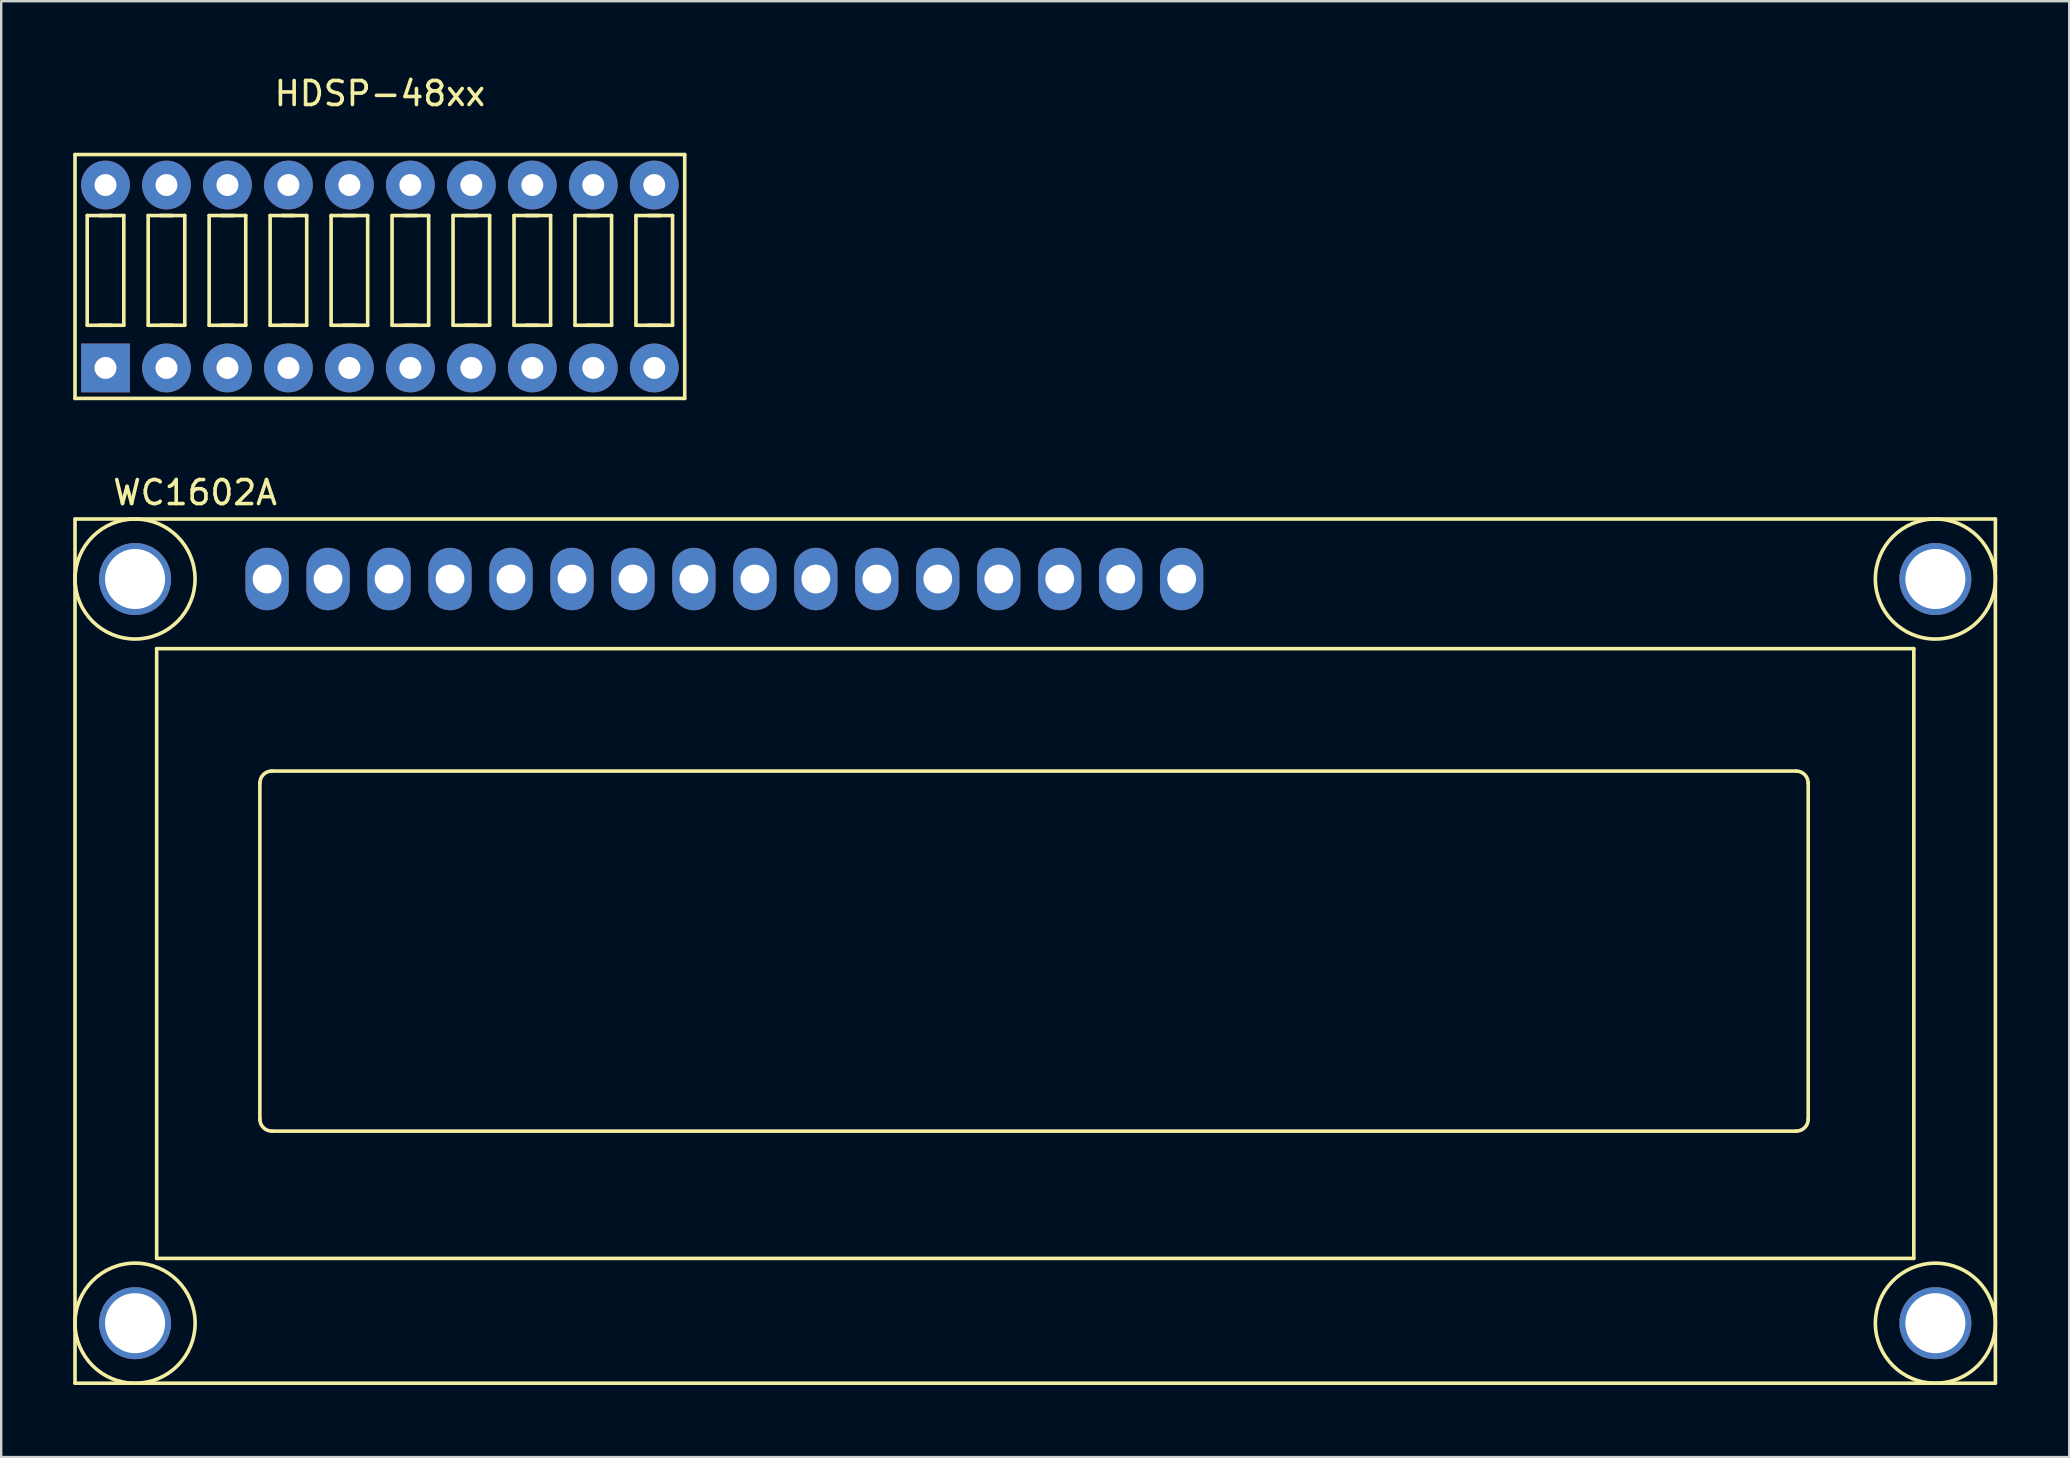
<source format=kicad_pcb>
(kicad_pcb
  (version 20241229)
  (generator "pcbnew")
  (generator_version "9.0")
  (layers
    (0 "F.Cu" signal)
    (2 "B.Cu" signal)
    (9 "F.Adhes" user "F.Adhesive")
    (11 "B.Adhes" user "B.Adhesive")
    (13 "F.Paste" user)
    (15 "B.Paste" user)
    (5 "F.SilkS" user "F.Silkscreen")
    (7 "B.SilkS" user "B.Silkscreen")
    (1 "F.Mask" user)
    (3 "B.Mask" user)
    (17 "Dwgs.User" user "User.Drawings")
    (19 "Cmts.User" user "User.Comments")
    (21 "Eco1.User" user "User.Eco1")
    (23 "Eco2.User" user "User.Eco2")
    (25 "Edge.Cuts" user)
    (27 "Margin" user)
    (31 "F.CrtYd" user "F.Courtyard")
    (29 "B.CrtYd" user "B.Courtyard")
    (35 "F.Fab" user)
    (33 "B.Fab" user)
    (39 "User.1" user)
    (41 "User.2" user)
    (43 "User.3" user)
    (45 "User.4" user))
  (footprint "WC1602A"
    (layer "F.Cu")
    (at 8.076 21.071)
    (property "Reference" "WC1602A" (at -3 -3.599 0) (layer "F.SilkS") (effects (font (size 1 1) (thickness 0.15))))
    (attr through_hole)
    (fp_line (start -8.001 -2.499) (end 71.999 -2.499) (stroke (width 0.15) (type solid)) (layer "F.SilkS"))
    (fp_line (start -8.001 33.5) (end -8.001 -2.499) (stroke (width 0.15) (type solid)) (layer "F.SilkS"))
    (fp_line (start -4.6 2.901) (end 68.6 2.901) (stroke (width 0.15) (type solid)) (layer "F.SilkS"))
    (fp_line (start -4.6 28.301) (end -4.6 2.901) (stroke (width 0.15) (type solid)) (layer "F.SilkS"))
    (fp_line (start -0.3 22.499) (end -0.3 8.499) (stroke (width 0.15) (type solid)) (layer "F.SilkS"))
    (fp_line (start 0.201 8.001) (end 63.701 8.001) (stroke (width 0.15) (type solid)) (layer "F.SilkS"))
    (fp_line (start 63.701 23) (end 0.201 23) (stroke (width 0.15) (type solid)) (layer "F.SilkS"))
    (fp_line (start 64.201 8.499) (end 64.201 22.499) (stroke (width 0.15) (type solid)) (layer "F.SilkS"))
    (fp_line (start 68.6 2.901) (end 68.6 28.301) (stroke (width 0.15) (type solid)) (layer "F.SilkS"))
    (fp_line (start 68.6 28.301) (end -4.6 28.301) (stroke (width 0.15) (type solid)) (layer "F.SilkS"))
    (fp_line (start 71.999 -2.499) (end 71.999 33.5) (stroke (width 0.15) (type solid)) (layer "F.SilkS"))
    (fp_line (start 71.999 33.5) (end -8.001 33.5) (stroke (width 0.15) (type solid)) (layer "F.SilkS"))
    (fp_arc (start -0.29972 8.49884) (mid -0.153162 8.145018) (end 0.20066 7.99846) (stroke (width 0.15) (type solid)) (layer "F.SilkS"))
    (fp_arc (start 0.20066 22.9997) (mid -0.153162 22.853142) (end -0.29972 22.49932) (stroke (width 0.15) (type solid)) (layer "F.SilkS"))
    (fp_arc (start 63.70066 8.001) (mid 64.052686 8.146814) (end 64.1985 8.49884) (stroke (width 0.15) (type solid)) (layer "F.SilkS"))
    (fp_arc (start 64.20104 22.49932) (mid 64.054482 22.853142) (end 63.70066 22.9997) (stroke (width 0.15) (type solid)) (layer "F.SilkS"))
    (fp_circle (center -5.499 0) (end -3 0) (stroke (width 0.15) (type solid)) (fill no) (layer "F.SilkS"))
    (fp_circle (center -5.499 31.001) (end -8.001 31.001) (stroke (width 0.15) (type solid)) (fill no) (layer "F.SilkS"))
    (fp_circle (center 69.499 0) (end 71.999 0) (stroke (width 0.15) (type solid)) (fill no) (layer "F.SilkS"))
    (fp_circle (center 69.499 31.001) (end 71.999 31.001) (stroke (width 0.15) (type solid)) (fill no) (layer "F.SilkS"))
    (pad "0" thru_hole circle (at -5.499 0) (size 3 3) (drill 2.5) (layers "*.Cu" "*.Mask"))
    (pad "0" thru_hole circle (at -5.499 31.001) (size 3 3) (drill 2.5) (layers "*.Cu" "*.Mask"))
    (pad "0" thru_hole circle (at 69.499 0) (size 3 3) (drill 2.5) (layers "*.Cu" "*.Mask"))
    (pad "0" thru_hole circle (at 69.499 31.001) (size 3 3) (drill 2.5) (layers "*.Cu" "*.Mask"))
    (pad "1" thru_hole oval (at 0 0) (size 1.8 2.6) (drill 1.2) (layers "*.Cu" "*.Mask"))
    (pad "2" thru_hole oval (at 2.54 0) (size 1.8 2.6) (drill 1.2) (layers "*.Cu" "*.Mask"))
    (pad "3" thru_hole oval (at 5.08 0) (size 1.8 2.6) (drill 1.2) (layers "*.Cu" "*.Mask"))
    (pad "4" thru_hole oval (at 7.62 0) (size 1.8 2.6) (drill 1.2) (layers "*.Cu" "*.Mask"))
    (pad "5" thru_hole oval (at 10.16 0) (size 1.8 2.6) (drill 1.2) (layers "*.Cu" "*.Mask"))
    (pad "6" thru_hole oval (at 12.7 0) (size 1.8 2.6) (drill 1.2) (layers "*.Cu" "*.Mask"))
    (pad "7" thru_hole oval (at 15.24 0) (size 1.8 2.6) (drill 1.2) (layers "*.Cu" "*.Mask"))
    (pad "8" thru_hole oval (at 17.78 0) (size 1.8 2.6) (drill 1.2) (layers "*.Cu" "*.Mask"))
    (pad "9" thru_hole oval (at 20.32 0) (size 1.8 2.6) (drill 1.2) (layers "*.Cu" "*.Mask"))
    (pad "10" thru_hole oval (at 22.86 0) (size 1.8 2.6) (drill 1.2) (layers "*.Cu" "*.Mask"))
    (pad "11" thru_hole oval (at 25.4 0) (size 1.8 2.6) (drill 1.2) (layers "*.Cu" "*.Mask"))
    (pad "12" thru_hole oval (at 27.94 0) (size 1.8 2.6) (drill 1.2) (layers "*.Cu" "*.Mask"))
    (pad "13" thru_hole oval (at 30.48 0) (size 1.8 2.6) (drill 1.2) (layers "*.Cu" "*.Mask"))
    (pad "14" thru_hole oval (at 33.02 0) (size 1.8 2.6) (drill 1.2) (layers "*.Cu" "*.Mask"))
    (pad "15" thru_hole oval (at 35.56 0) (size 1.8 2.6) (drill 1.2) (layers "*.Cu" "*.Mask"))
    (pad "16" thru_hole oval (at 38.1 0) (size 1.8 2.6) (drill 1.2) (layers "*.Cu" "*.Mask")))
  (footprint "HDSP-48xx"
    (layer "F.Cu")
    (at 12.775 8.468)
    (property "Reference" "HDSP-48xx" (at 0 -7.62 0) (layer "F.SilkS") (effects (font (size 1 1) (thickness 0.15))))
    (attr through_hole)
    (fp_line (start -12.7 -5.08) (end 12.7 -5.08) (stroke (width 0.15) (type solid)) (layer "F.SilkS"))
    (fp_line (start -12.7 5.08) (end -12.7 -5.08) (stroke (width 0.15) (type solid)) (layer "F.SilkS"))
    (fp_line (start -12.192 -2.54) (end -10.668 -2.54) (stroke (width 0.15) (type solid)) (layer "F.SilkS"))
    (fp_line (start -12.192 2.032) (end -12.192 -2.54) (stroke (width 0.15) (type solid)) (layer "F.SilkS"))
    (fp_line (start -11.684 -2.54) (end -11.176 -2.54) (stroke (width 0.15) (type solid)) (layer "F.SilkS"))
    (fp_line (start -11.176 2.032) (end -11.684 2.032) (stroke (width 0.15) (type solid)) (layer "F.SilkS"))
    (fp_line (start -10.668 -2.54) (end -10.668 2.032) (stroke (width 0.15) (type solid)) (layer "F.SilkS"))
    (fp_line (start -10.668 2.032) (end -12.192 2.032) (stroke (width 0.15) (type solid)) (layer "F.SilkS"))
    (fp_line (start -9.652 -2.54) (end -8.128 -2.54) (stroke (width 0.15) (type solid)) (layer "F.SilkS"))
    (fp_line (start -9.652 2.032) (end -9.652 -2.54) (stroke (width 0.15) (type solid)) (layer "F.SilkS"))
    (fp_line (start -9.144 2.032) (end -8.636 2.032) (stroke (width 0.15) (type solid)) (layer "F.SilkS"))
    (fp_line (start -8.636 -2.54) (end -9.144 -2.54) (stroke (width 0.15) (type solid)) (layer "F.SilkS"))
    (fp_line (start -8.128 -2.54) (end -8.128 2.032) (stroke (width 0.15) (type solid)) (layer "F.SilkS"))
    (fp_line (start -8.128 2.032) (end -9.652 2.032) (stroke (width 0.15) (type solid)) (layer "F.SilkS"))
    (fp_line (start -7.112 -2.54) (end -5.588 -2.54) (stroke (width 0.15) (type solid)) (layer "F.SilkS"))
    (fp_line (start -7.112 2.032) (end -7.112 -2.54) (stroke (width 0.15) (type solid)) (layer "F.SilkS"))
    (fp_line (start -6.604 2.032) (end -6.096 2.032) (stroke (width 0.15) (type solid)) (layer "F.SilkS"))
    (fp_line (start -6.096 -2.54) (end -6.604 -2.54) (stroke (width 0.15) (type solid)) (layer "F.SilkS"))
    (fp_line (start -5.588 -2.54) (end -5.588 2.032) (stroke (width 0.15) (type solid)) (layer "F.SilkS"))
    (fp_line (start -5.588 2.032) (end -7.112 2.032) (stroke (width 0.15) (type solid)) (layer "F.SilkS"))
    (fp_line (start -4.572 -2.54) (end -4.572 2.032) (stroke (width 0.15) (type solid)) (layer "F.SilkS"))
    (fp_line (start -4.572 2.032) (end -3.048 2.032) (stroke (width 0.15) (type solid)) (layer "F.SilkS"))
    (fp_line (start -4.064 2.032) (end -3.556 2.032) (stroke (width 0.15) (type solid)) (layer "F.SilkS"))
    (fp_line (start -3.556 -2.54) (end -4.064 -2.54) (stroke (width 0.15) (type solid)) (layer "F.SilkS"))
    (fp_line (start -3.048 -2.54) (end -4.572 -2.54) (stroke (width 0.15) (type solid)) (layer "F.SilkS"))
    (fp_line (start -3.048 2.032) (end -3.048 -2.54) (stroke (width 0.15) (type solid)) (layer "F.SilkS"))
    (fp_line (start -2.032 -2.54) (end -0.508 -2.54) (stroke (width 0.15) (type solid)) (layer "F.SilkS"))
    (fp_line (start -2.032 2.032) (end -2.032 -2.54) (stroke (width 0.15) (type solid)) (layer "F.SilkS"))
    (fp_line (start -1.524 2.032) (end -1.016 2.032) (stroke (width 0.15) (type solid)) (layer "F.SilkS"))
    (fp_line (start -1.016 -2.54) (end -1.524 -2.54) (stroke (width 0.15) (type solid)) (layer "F.SilkS"))
    (fp_line (start -0.508 -2.54) (end -0.508 2.032) (stroke (width 0.15) (type solid)) (layer "F.SilkS"))
    (fp_line (start -0.508 2.032) (end -2.032 2.032) (stroke (width 0.15) (type solid)) (layer "F.SilkS"))
    (fp_line (start 0.508 -2.54) (end 2.032 -2.54) (stroke (width 0.15) (type solid)) (layer "F.SilkS"))
    (fp_line (start 0.508 2.032) (end 0.508 -2.54) (stroke (width 0.15) (type solid)) (layer "F.SilkS"))
    (fp_line (start 1.016 2.032) (end 1.524 2.032) (stroke (width 0.15) (type solid)) (layer "F.SilkS"))
    (fp_line (start 1.524 -2.54) (end 1.016 -2.54) (stroke (width 0.15) (type solid)) (layer "F.SilkS"))
    (fp_line (start 2.032 -2.54) (end 2.032 2.032) (stroke (width 0.15) (type solid)) (layer "F.SilkS"))
    (fp_line (start 2.032 2.032) (end 0.508 2.032) (stroke (width 0.15) (type solid)) (layer "F.SilkS"))
    (fp_line (start 3.048 -2.54) (end 4.572 -2.54) (stroke (width 0.15) (type solid)) (layer "F.SilkS"))
    (fp_line (start 3.048 2.032) (end 3.048 -2.54) (stroke (width 0.15) (type solid)) (layer "F.SilkS"))
    (fp_line (start 3.556 2.032) (end 4.064 2.032) (stroke (width 0.15) (type solid)) (layer "F.SilkS"))
    (fp_line (start 4.064 -2.54) (end 3.556 -2.54) (stroke (width 0.15) (type solid)) (layer "F.SilkS"))
    (fp_line (start 4.572 -2.54) (end 4.572 2.032) (stroke (width 0.15) (type solid)) (layer "F.SilkS"))
    (fp_line (start 4.572 2.032) (end 3.048 2.032) (stroke (width 0.15) (type solid)) (layer "F.SilkS"))
    (fp_line (start 5.588 -2.54) (end 7.112 -2.54) (stroke (width 0.15) (type solid)) (layer "F.SilkS"))
    (fp_line (start 5.588 2.032) (end 5.588 -2.54) (stroke (width 0.15) (type solid)) (layer "F.SilkS"))
    (fp_line (start 6.096 2.032) (end 6.604 2.032) (stroke (width 0.15) (type solid)) (layer "F.SilkS"))
    (fp_line (start 6.604 -2.54) (end 6.096 -2.54) (stroke (width 0.15) (type solid)) (layer "F.SilkS"))
    (fp_line (start 7.112 -2.54) (end 7.112 2.032) (stroke (width 0.15) (type solid)) (layer "F.SilkS"))
    (fp_line (start 7.112 2.032) (end 5.588 2.032) (stroke (width 0.15) (type solid)) (layer "F.SilkS"))
    (fp_line (start 8.128 -2.54) (end 9.652 -2.54) (stroke (width 0.15) (type solid)) (layer "F.SilkS"))
    (fp_line (start 8.128 2.032) (end 8.128 -2.54) (stroke (width 0.15) (type solid)) (layer "F.SilkS"))
    (fp_line (start 8.636 2.032) (end 9.144 2.032) (stroke (width 0.15) (type solid)) (layer "F.SilkS"))
    (fp_line (start 9.144 -2.54) (end 8.636 -2.54) (stroke (width 0.15) (type solid)) (layer "F.SilkS"))
    (fp_line (start 9.652 -2.54) (end 9.652 2.032) (stroke (width 0.15) (type solid)) (layer "F.SilkS"))
    (fp_line (start 9.652 2.032) (end 8.128 2.032) (stroke (width 0.15) (type solid)) (layer "F.SilkS"))
    (fp_line (start 10.668 -2.54) (end 12.192 -2.54) (stroke (width 0.15) (type solid)) (layer "F.SilkS"))
    (fp_line (start 10.668 2.032) (end 10.668 -2.54) (stroke (width 0.15) (type solid)) (layer "F.SilkS"))
    (fp_line (start 11.176 2.032) (end 11.684 2.032) (stroke (width 0.15) (type solid)) (layer "F.SilkS"))
    (fp_line (start 11.684 -2.54) (end 11.176 -2.54) (stroke (width 0.15) (type solid)) (layer "F.SilkS"))
    (fp_line (start 12.192 -2.54) (end 12.192 2.032) (stroke (width 0.15) (type solid)) (layer "F.SilkS"))
    (fp_line (start 12.192 2.032) (end 10.668 2.032) (stroke (width 0.15) (type solid)) (layer "F.SilkS"))
    (fp_line (start 12.7 -5.08) (end 12.7 5.08) (stroke (width 0.15) (type solid)) (layer "F.SilkS"))
    (fp_line (start 12.7 5.08) (end -12.7 5.08) (stroke (width 0.15) (type solid)) (layer "F.SilkS"))
    (pad "1" thru_hole rect (at -11.43 3.81) (size 2.032 2.032) (drill 0.914) (layers "*.Cu" "*.Mask"))
    (pad "2" thru_hole circle (at -8.89 3.81) (size 2.032 2.032) (drill 0.914) (layers "*.Cu" "*.Mask"))
    (pad "3" thru_hole circle (at -6.35 3.81) (size 2.032 2.032) (drill 0.914) (layers "*.Cu" "*.Mask"))
    (pad "4" thru_hole circle (at -3.81 3.81) (size 2.032 2.032) (drill 0.914) (layers "*.Cu" "*.Mask"))
    (pad "5" thru_hole circle (at -1.27 3.81) (size 2.032 2.032) (drill 0.914) (layers "*.Cu" "*.Mask"))
    (pad "6" thru_hole circle (at 1.27 3.81) (size 2.032 2.032) (drill 0.914) (layers "*.Cu" "*.Mask"))
    (pad "7" thru_hole circle (at 3.81 3.81) (size 2.032 2.032) (drill 0.914) (layers "*.Cu" "*.Mask"))
    (pad "8" thru_hole circle (at 6.35 3.81) (size 2.032 2.032) (drill 0.914) (layers "*.Cu" "*.Mask"))
    (pad "9" thru_hole circle (at 8.89 3.81) (size 2.032 2.032) (drill 0.914) (layers "*.Cu" "*.Mask"))
    (pad "10" thru_hole circle (at 11.43 3.81) (size 2.032 2.032) (drill 0.914) (layers "*.Cu" "*.Mask"))
    (pad "11" thru_hole circle (at 11.43 -3.81) (size 2.032 2.032) (drill 0.914) (layers "*.Cu" "*.Mask"))
    (pad "12" thru_hole circle (at 8.89 -3.81) (size 2.032 2.032) (drill 0.914) (layers "*.Cu" "*.Mask"))
    (pad "13" thru_hole circle (at 6.35 -3.81) (size 2.032 2.032) (drill 0.914) (layers "*.Cu" "*.Mask"))
    (pad "14" thru_hole circle (at 3.81 -3.81) (size 2.032 2.032) (drill 0.914) (layers "*.Cu" "*.Mask"))
    (pad "15" thru_hole circle (at 1.27 -3.81) (size 2.032 2.032) (drill 0.914) (layers "*.Cu" "*.Mask"))
    (pad "16" thru_hole circle (at -1.27 -3.81) (size 2.032 2.032) (drill 0.914) (layers "*.Cu" "*.Mask"))
    (pad "17" thru_hole circle (at -3.81 -3.81) (size 2.032 2.032) (drill 0.914) (layers "*.Cu" "*.Mask"))
    (pad "18" thru_hole circle (at -6.35 -3.81) (size 2.032 2.032) (drill 0.914) (layers "*.Cu" "*.Mask"))
    (pad "19" thru_hole circle (at -8.89 -3.81) (size 2.032 2.032) (drill 0.914) (layers "*.Cu" "*.Mask"))
    (pad "20" thru_hole circle (at -11.43 -3.81) (size 2.032 2.032) (drill 0.914) (layers "*.Cu" "*.Mask")))
  (gr_rect
    (start -3 -3)
    (end 83.15 57.648)
    (stroke (width 0.1) (type default))
    (fill no)
    (layer "Edge.Cuts")))
</source>
